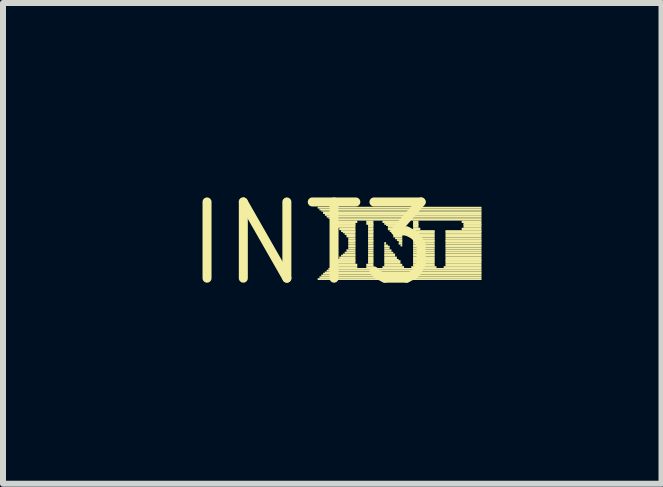
<source format=kicad_pcb>
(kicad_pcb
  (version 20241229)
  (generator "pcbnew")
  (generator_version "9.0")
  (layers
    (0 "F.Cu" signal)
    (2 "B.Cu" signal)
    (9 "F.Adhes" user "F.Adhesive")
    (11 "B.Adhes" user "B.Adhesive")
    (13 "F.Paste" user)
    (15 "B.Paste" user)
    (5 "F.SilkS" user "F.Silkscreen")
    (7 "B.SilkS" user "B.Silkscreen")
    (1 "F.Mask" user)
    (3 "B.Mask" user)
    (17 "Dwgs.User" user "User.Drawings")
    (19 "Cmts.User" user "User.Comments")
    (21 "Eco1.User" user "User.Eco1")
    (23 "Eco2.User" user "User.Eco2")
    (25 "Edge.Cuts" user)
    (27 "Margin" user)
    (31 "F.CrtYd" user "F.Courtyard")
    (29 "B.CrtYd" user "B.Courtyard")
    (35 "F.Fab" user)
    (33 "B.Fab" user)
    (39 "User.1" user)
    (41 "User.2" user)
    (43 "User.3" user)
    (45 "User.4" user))
  (footprint "INT3"
    (layer "F.Cu")
    (at 2.154 1.006)
    (property "Reference" "INT3" (at 0 0 0) (layer "F.SilkS") (effects (font (size 1.27 1.27) (thickness 0.15))))
    (fp_poly (pts (xy 0.09 -0.58) (xy 2.82 -0.58) (xy 2.82 -0.61) (xy 0.09 -0.61)) (stroke (width 0) (type solid)) (fill yes) (layer "F.SilkS"))
    (fp_poly (pts (xy 0.09 0.61) (xy 2.82 0.61) (xy 2.82 0.58) (xy 0.09 0.58)) (stroke (width 0) (type solid)) (fill yes) (layer "F.SilkS"))
    (fp_poly (pts (xy 0.12 -0.55) (xy 2.82 -0.55) (xy 2.82 -0.58) (xy 0.12 -0.58)) (stroke (width 0) (type solid)) (fill yes) (layer "F.SilkS"))
    (fp_poly (pts (xy 0.12 0.58) (xy 2.82 0.58) (xy 2.82 0.55) (xy 0.12 0.55)) (stroke (width 0) (type solid)) (fill yes) (layer "F.SilkS"))
    (fp_poly (pts (xy 0.15 -0.53) (xy 2.82 -0.53) (xy 2.82 -0.55) (xy 0.15 -0.55)) (stroke (width 0) (type solid)) (fill yes) (layer "F.SilkS"))
    (fp_poly (pts (xy 0.15 0.55) (xy 2.82 0.55) (xy 2.82 0.52) (xy 0.15 0.52)) (stroke (width 0) (type solid)) (fill yes) (layer "F.SilkS"))
    (fp_poly (pts (xy 0.18 -0.49) (xy 2.82 -0.49) (xy 2.82 -0.53) (xy 0.18 -0.53)) (stroke (width 0) (type solid)) (fill yes) (layer "F.SilkS"))
    (fp_poly (pts (xy 0.18 0.52) (xy 2.82 0.52) (xy 2.82 0.49) (xy 0.18 0.49)) (stroke (width 0) (type solid)) (fill yes) (layer "F.SilkS"))
    (fp_poly (pts (xy 0.21 -0.46) (xy 2.82 -0.46) (xy 2.82 -0.49) (xy 0.21 -0.49)) (stroke (width 0) (type solid)) (fill yes) (layer "F.SilkS"))
    (fp_poly (pts (xy 0.21 0.5) (xy 2.82 0.5) (xy 2.82 0.47) (xy 0.21 0.47)) (stroke (width 0) (type solid)) (fill yes) (layer "F.SilkS"))
    (fp_poly (pts (xy 0.24 -0.43) (xy 2.82 -0.43) (xy 2.82 -0.46) (xy 0.24 -0.46)) (stroke (width 0) (type solid)) (fill yes) (layer "F.SilkS"))
    (fp_poly (pts (xy 0.24 0.47) (xy 2.82 0.47) (xy 2.82 0.44) (xy 0.24 0.44)) (stroke (width 0) (type solid)) (fill yes) (layer "F.SilkS"))
    (fp_poly (pts (xy 0.27 -0.41) (xy 2.82 -0.41) (xy 2.82 -0.43) (xy 0.27 -0.43)) (stroke (width 0) (type solid)) (fill yes) (layer "F.SilkS"))
    (fp_poly (pts (xy 0.27 0.44) (xy 2.82 0.44) (xy 2.82 0.41) (xy 0.27 0.41)) (stroke (width 0) (type solid)) (fill yes) (layer "F.SilkS"))
    (fp_poly (pts (xy 0.3 -0.38) (xy 2.82 -0.38) (xy 2.82 -0.41) (xy 0.3 -0.41)) (stroke (width 0) (type solid)) (fill yes) (layer "F.SilkS"))
    (fp_poly (pts (xy 0.3 0.41) (xy 0.75 0.41) (xy 0.75 0.38) (xy 0.3 0.38)) (stroke (width 0) (type solid)) (fill yes) (layer "F.SilkS"))
    (fp_poly (pts (xy 0.33 -0.34) (xy 0.75 -0.34) (xy 0.75 -0.38) (xy 0.33 -0.38)) (stroke (width 0) (type solid)) (fill yes) (layer "F.SilkS"))
    (fp_poly (pts (xy 0.33 0.38) (xy 0.75 0.38) (xy 0.75 0.34) (xy 0.33 0.34)) (stroke (width 0) (type solid)) (fill yes) (layer "F.SilkS"))
    (fp_poly (pts (xy 0.36 -0.31) (xy 0.72 -0.31) (xy 0.72 -0.34) (xy 0.36 -0.34)) (stroke (width 0) (type solid)) (fill yes) (layer "F.SilkS"))
    (fp_poly (pts (xy 0.36 0.34) (xy 0.72 0.34) (xy 0.72 0.31) (xy 0.36 0.31)) (stroke (width 0) (type solid)) (fill yes) (layer "F.SilkS"))
    (fp_poly (pts (xy 0.39 -0.29) (xy 0.72 -0.29) (xy 0.72 -0.32) (xy 0.39 -0.32)) (stroke (width 0) (type solid)) (fill yes) (layer "F.SilkS"))
    (fp_poly (pts (xy 0.39 0.31) (xy 0.72 0.31) (xy 0.72 0.28) (xy 0.39 0.28)) (stroke (width 0) (type solid)) (fill yes) (layer "F.SilkS"))
    (fp_poly (pts (xy 0.42 -0.26) (xy 0.72 -0.26) (xy 0.72 -0.29) (xy 0.42 -0.29)) (stroke (width 0) (type solid)) (fill yes) (layer "F.SilkS"))
    (fp_poly (pts (xy 0.42 0.29) (xy 0.72 0.29) (xy 0.72 0.26) (xy 0.42 0.26)) (stroke (width 0) (type solid)) (fill yes) (layer "F.SilkS"))
    (fp_poly (pts (xy 0.45 -0.22) (xy 0.72 -0.22) (xy 0.72 -0.26) (xy 0.45 -0.26)) (stroke (width 0) (type solid)) (fill yes) (layer "F.SilkS"))
    (fp_poly (pts (xy 0.45 0.26) (xy 0.72 0.26) (xy 0.72 0.22) (xy 0.45 0.22)) (stroke (width 0) (type solid)) (fill yes) (layer "F.SilkS"))
    (fp_poly (pts (xy 0.48 -0.19) (xy 0.72 -0.19) (xy 0.72 -0.22) (xy 0.48 -0.22)) (stroke (width 0) (type solid)) (fill yes) (layer "F.SilkS"))
    (fp_poly (pts (xy 0.48 0.22) (xy 0.72 0.22) (xy 0.72 0.19) (xy 0.48 0.19)) (stroke (width 0) (type solid)) (fill yes) (layer "F.SilkS"))
    (fp_poly (pts (xy 0.51 -0.17) (xy 0.72 -0.17) (xy 0.72 -0.2) (xy 0.51 -0.2)) (stroke (width 0) (type solid)) (fill yes) (layer "F.SilkS"))
    (fp_poly (pts (xy 0.51 0.2) (xy 0.72 0.2) (xy 0.72 0.17) (xy 0.51 0.17)) (stroke (width 0) (type solid)) (fill yes) (layer "F.SilkS"))
    (fp_poly (pts (xy 0.54 -0.14) (xy 0.72 -0.14) (xy 0.72 -0.17) (xy 0.54 -0.17)) (stroke (width 0) (type solid)) (fill yes) (layer "F.SilkS"))
    (fp_poly (pts (xy 0.54 0.17) (xy 0.72 0.17) (xy 0.72 0.14) (xy 0.54 0.14)) (stroke (width 0) (type solid)) (fill yes) (layer "F.SilkS"))
    (fp_poly (pts (xy 0.57 -0.1) (xy 0.72 -0.1) (xy 0.72 -0.14) (xy 0.57 -0.14)) (stroke (width 0) (type solid)) (fill yes) (layer "F.SilkS"))
    (fp_poly (pts (xy 0.57 0.14) (xy 0.72 0.14) (xy 0.72 0.1) (xy 0.57 0.1)) (stroke (width 0) (type solid)) (fill yes) (layer "F.SilkS"))
    (fp_poly (pts (xy 0.6 -0.07) (xy 0.72 -0.07) (xy 0.72 -0.1) (xy 0.6 -0.1)) (stroke (width 0) (type solid)) (fill yes) (layer "F.SilkS"))
    (fp_poly (pts (xy 0.6 -0.04) (xy 0.72 -0.04) (xy 0.72 -0.07) (xy 0.6 -0.07)) (stroke (width 0) (type solid)) (fill yes) (layer "F.SilkS"))
    (fp_poly (pts (xy 0.6 -0.02) (xy 0.72 -0.02) (xy 0.72 -0.05) (xy 0.6 -0.05)) (stroke (width 0) (type solid)) (fill yes) (layer "F.SilkS"))
    (fp_poly (pts (xy 0.6 0.02) (xy 0.72 0.02) (xy 0.72 -0.02) (xy 0.6 -0.02)) (stroke (width 0) (type solid)) (fill yes) (layer "F.SilkS"))
    (fp_poly (pts (xy 0.6 0.05) (xy 0.72 0.05) (xy 0.72 0.02) (xy 0.6 0.02)) (stroke (width 0) (type solid)) (fill yes) (layer "F.SilkS"))
    (fp_poly (pts (xy 0.6 0.07) (xy 0.72 0.07) (xy 0.72 0.04) (xy 0.6 0.04)) (stroke (width 0) (type solid)) (fill yes) (layer "F.SilkS"))
    (fp_poly (pts (xy 0.6 0.1) (xy 0.72 0.1) (xy 0.72 0.07) (xy 0.6 0.07)) (stroke (width 0) (type solid)) (fill yes) (layer "F.SilkS"))
    (fp_poly (pts (xy 0.9 -0.34) (xy 1.02 -0.34) (xy 1.02 -0.38) (xy 0.9 -0.38)) (stroke (width 0) (type solid)) (fill yes) (layer "F.SilkS"))
    (fp_poly (pts (xy 0.9 -0.31) (xy 1.02 -0.31) (xy 1.02 -0.34) (xy 0.9 -0.34)) (stroke (width 0) (type solid)) (fill yes) (layer "F.SilkS"))
    (fp_poly (pts (xy 0.9 0.38) (xy 1.02 0.38) (xy 1.02 0.34) (xy 0.9 0.34)) (stroke (width 0) (type solid)) (fill yes) (layer "F.SilkS"))
    (fp_poly (pts (xy 0.9 0.41) (xy 1.02 0.41) (xy 1.02 0.38) (xy 0.9 0.38)) (stroke (width 0) (type solid)) (fill yes) (layer "F.SilkS"))
    (fp_poly (pts (xy 0.93 -0.29) (xy 1.02 -0.29) (xy 1.02 -0.32) (xy 0.93 -0.32)) (stroke (width 0) (type solid)) (fill yes) (layer "F.SilkS"))
    (fp_poly (pts (xy 0.93 -0.26) (xy 1.02 -0.26) (xy 1.02 -0.29) (xy 0.93 -0.29)) (stroke (width 0) (type solid)) (fill yes) (layer "F.SilkS"))
    (fp_poly (pts (xy 0.93 -0.22) (xy 1.02 -0.22) (xy 1.02 -0.26) (xy 0.93 -0.26)) (stroke (width 0) (type solid)) (fill yes) (layer "F.SilkS"))
    (fp_poly (pts (xy 0.93 -0.19) (xy 1.02 -0.19) (xy 1.02 -0.22) (xy 0.93 -0.22)) (stroke (width 0) (type solid)) (fill yes) (layer "F.SilkS"))
    (fp_poly (pts (xy 0.93 -0.17) (xy 1.02 -0.17) (xy 1.02 -0.2) (xy 0.93 -0.2)) (stroke (width 0) (type solid)) (fill yes) (layer "F.SilkS"))
    (fp_poly (pts (xy 0.93 -0.14) (xy 1.02 -0.14) (xy 1.02 -0.17) (xy 0.93 -0.17)) (stroke (width 0) (type solid)) (fill yes) (layer "F.SilkS"))
    (fp_poly (pts (xy 0.93 -0.1) (xy 1.02 -0.1) (xy 1.02 -0.14) (xy 0.93 -0.14)) (stroke (width 0) (type solid)) (fill yes) (layer "F.SilkS"))
    (fp_poly (pts (xy 0.93 -0.07) (xy 1.02 -0.07) (xy 1.02 -0.1) (xy 0.93 -0.1)) (stroke (width 0) (type solid)) (fill yes) (layer "F.SilkS"))
    (fp_poly (pts (xy 0.93 -0.04) (xy 1.02 -0.04) (xy 1.02 -0.07) (xy 0.93 -0.07)) (stroke (width 0) (type solid)) (fill yes) (layer "F.SilkS"))
    (fp_poly (pts (xy 0.93 -0.02) (xy 1.02 -0.02) (xy 1.02 -0.05) (xy 0.93 -0.05)) (stroke (width 0) (type solid)) (fill yes) (layer "F.SilkS"))
    (fp_poly (pts (xy 0.93 0.02) (xy 1.02 0.02) (xy 1.02 -0.02) (xy 0.93 -0.02)) (stroke (width 0) (type solid)) (fill yes) (layer "F.SilkS"))
    (fp_poly (pts (xy 0.93 0.05) (xy 1.02 0.05) (xy 1.02 0.02) (xy 0.93 0.02)) (stroke (width 0) (type solid)) (fill yes) (layer "F.SilkS"))
    (fp_poly (pts (xy 0.93 0.07) (xy 1.02 0.07) (xy 1.02 0.04) (xy 0.93 0.04)) (stroke (width 0) (type solid)) (fill yes) (layer "F.SilkS"))
    (fp_poly (pts (xy 0.93 0.1) (xy 1.02 0.1) (xy 1.02 0.07) (xy 0.93 0.07)) (stroke (width 0) (type solid)) (fill yes) (layer "F.SilkS"))
    (fp_poly (pts (xy 0.93 0.14) (xy 1.02 0.14) (xy 1.02 0.1) (xy 0.93 0.1)) (stroke (width 0) (type solid)) (fill yes) (layer "F.SilkS"))
    (fp_poly (pts (xy 0.93 0.17) (xy 1.02 0.17) (xy 1.02 0.14) (xy 0.93 0.14)) (stroke (width 0) (type solid)) (fill yes) (layer "F.SilkS"))
    (fp_poly (pts (xy 0.93 0.2) (xy 1.02 0.2) (xy 1.02 0.17) (xy 0.93 0.17)) (stroke (width 0) (type solid)) (fill yes) (layer "F.SilkS"))
    (fp_poly (pts (xy 0.93 0.22) (xy 1.02 0.22) (xy 1.02 0.19) (xy 0.93 0.19)) (stroke (width 0) (type solid)) (fill yes) (layer "F.SilkS"))
    (fp_poly (pts (xy 0.93 0.26) (xy 1.02 0.26) (xy 1.02 0.22) (xy 0.93 0.22)) (stroke (width 0) (type solid)) (fill yes) (layer "F.SilkS"))
    (fp_poly (pts (xy 0.93 0.29) (xy 1.02 0.29) (xy 1.02 0.26) (xy 0.93 0.26)) (stroke (width 0) (type solid)) (fill yes) (layer "F.SilkS"))
    (fp_poly (pts (xy 0.93 0.31) (xy 1.02 0.31) (xy 1.02 0.28) (xy 0.93 0.28)) (stroke (width 0) (type solid)) (fill yes) (layer "F.SilkS"))
    (fp_poly (pts (xy 0.93 0.34) (xy 1.02 0.34) (xy 1.02 0.31) (xy 0.93 0.31)) (stroke (width 0) (type solid)) (fill yes) (layer "F.SilkS"))
    (fp_poly (pts (xy 1.17 -0.34) (xy 1.53 -0.34) (xy 1.53 -0.38) (xy 1.17 -0.38)) (stroke (width 0) (type solid)) (fill yes) (layer "F.SilkS"))
    (fp_poly (pts (xy 1.17 0.41) (xy 1.53 0.41) (xy 1.53 0.38) (xy 1.17 0.38)) (stroke (width 0) (type solid)) (fill yes) (layer "F.SilkS"))
    (fp_poly (pts (xy 1.2 -0.31) (xy 1.5 -0.31) (xy 1.5 -0.34) (xy 1.2 -0.34)) (stroke (width 0) (type solid)) (fill yes) (layer "F.SilkS"))
    (fp_poly (pts (xy 1.2 0.02) (xy 1.23 0.02) (xy 1.23 -0.02) (xy 1.2 -0.02)) (stroke (width 0) (type solid)) (fill yes) (layer "F.SilkS"))
    (fp_poly (pts (xy 1.2 0.05) (xy 1.26 0.05) (xy 1.26 0.02) (xy 1.2 0.02)) (stroke (width 0) (type solid)) (fill yes) (layer "F.SilkS"))
    (fp_poly (pts (xy 1.2 0.07) (xy 1.29 0.07) (xy 1.29 0.04) (xy 1.2 0.04)) (stroke (width 0) (type solid)) (fill yes) (layer "F.SilkS"))
    (fp_poly (pts (xy 1.2 0.1) (xy 1.29 0.1) (xy 1.29 0.07) (xy 1.2 0.07)) (stroke (width 0) (type solid)) (fill yes) (layer "F.SilkS"))
    (fp_poly (pts (xy 1.2 0.14) (xy 1.32 0.14) (xy 1.32 0.1) (xy 1.2 0.1)) (stroke (width 0) (type solid)) (fill yes) (layer "F.SilkS"))
    (fp_poly (pts (xy 1.2 0.17) (xy 1.35 0.17) (xy 1.35 0.14) (xy 1.2 0.14)) (stroke (width 0) (type solid)) (fill yes) (layer "F.SilkS"))
    (fp_poly (pts (xy 1.2 0.2) (xy 1.38 0.2) (xy 1.38 0.17) (xy 1.2 0.17)) (stroke (width 0) (type solid)) (fill yes) (layer "F.SilkS"))
    (fp_poly (pts (xy 1.2 0.22) (xy 1.38 0.22) (xy 1.38 0.19) (xy 1.2 0.19)) (stroke (width 0) (type solid)) (fill yes) (layer "F.SilkS"))
    (fp_poly (pts (xy 1.2 0.26) (xy 1.41 0.26) (xy 1.41 0.22) (xy 1.2 0.22)) (stroke (width 0) (type solid)) (fill yes) (layer "F.SilkS"))
    (fp_poly (pts (xy 1.2 0.29) (xy 1.44 0.29) (xy 1.44 0.26) (xy 1.2 0.26)) (stroke (width 0) (type solid)) (fill yes) (layer "F.SilkS"))
    (fp_poly (pts (xy 1.2 0.31) (xy 1.47 0.31) (xy 1.47 0.28) (xy 1.2 0.28)) (stroke (width 0) (type solid)) (fill yes) (layer "F.SilkS"))
    (fp_poly (pts (xy 1.2 0.34) (xy 1.47 0.34) (xy 1.47 0.31) (xy 1.2 0.31)) (stroke (width 0) (type solid)) (fill yes) (layer "F.SilkS"))
    (fp_poly (pts (xy 1.2 0.38) (xy 1.5 0.38) (xy 1.5 0.34) (xy 1.2 0.34)) (stroke (width 0) (type solid)) (fill yes) (layer "F.SilkS"))
    (fp_poly (pts (xy 1.23 -0.29) (xy 1.5 -0.29) (xy 1.5 -0.32) (xy 1.23 -0.32)) (stroke (width 0) (type solid)) (fill yes) (layer "F.SilkS"))
    (fp_poly (pts (xy 1.26 -0.26) (xy 1.5 -0.26) (xy 1.5 -0.29) (xy 1.26 -0.29)) (stroke (width 0) (type solid)) (fill yes) (layer "F.SilkS"))
    (fp_poly (pts (xy 1.26 -0.22) (xy 1.5 -0.22) (xy 1.5 -0.26) (xy 1.26 -0.26)) (stroke (width 0) (type solid)) (fill yes) (layer "F.SilkS"))
    (fp_poly (pts (xy 1.29 -0.19) (xy 1.5 -0.19) (xy 1.5 -0.22) (xy 1.29 -0.22)) (stroke (width 0) (type solid)) (fill yes) (layer "F.SilkS"))
    (fp_poly (pts (xy 1.32 -0.17) (xy 1.5 -0.17) (xy 1.5 -0.2) (xy 1.32 -0.2)) (stroke (width 0) (type solid)) (fill yes) (layer "F.SilkS"))
    (fp_poly (pts (xy 1.35 -0.14) (xy 1.5 -0.14) (xy 1.5 -0.17) (xy 1.35 -0.17)) (stroke (width 0) (type solid)) (fill yes) (layer "F.SilkS"))
    (fp_poly (pts (xy 1.35 -0.1) (xy 1.5 -0.1) (xy 1.5 -0.14) (xy 1.35 -0.14)) (stroke (width 0) (type solid)) (fill yes) (layer "F.SilkS"))
    (fp_poly (pts (xy 1.38 -0.07) (xy 1.5 -0.07) (xy 1.5 -0.1) (xy 1.38 -0.1)) (stroke (width 0) (type solid)) (fill yes) (layer "F.SilkS"))
    (fp_poly (pts (xy 1.41 -0.04) (xy 1.5 -0.04) (xy 1.5 -0.07) (xy 1.41 -0.07)) (stroke (width 0) (type solid)) (fill yes) (layer "F.SilkS"))
    (fp_poly (pts (xy 1.44 -0.02) (xy 1.5 -0.02) (xy 1.5 -0.05) (xy 1.44 -0.05)) (stroke (width 0) (type solid)) (fill yes) (layer "F.SilkS"))
    (fp_poly (pts (xy 1.44 0.02) (xy 1.5 0.02) (xy 1.5 -0.02) (xy 1.44 -0.02)) (stroke (width 0) (type solid)) (fill yes) (layer "F.SilkS"))
    (fp_poly (pts (xy 1.47 0.05) (xy 1.5 0.05) (xy 1.5 0.02) (xy 1.47 0.02)) (stroke (width 0) (type solid)) (fill yes) (layer "F.SilkS"))
    (fp_poly (pts (xy 1.65 0.41) (xy 2.07 0.41) (xy 2.07 0.38) (xy 1.65 0.38)) (stroke (width 0) (type solid)) (fill yes) (layer "F.SilkS"))
    (fp_poly (pts (xy 1.68 -0.34) (xy 1.77 -0.34) (xy 1.77 -0.38) (xy 1.68 -0.38)) (stroke (width 0) (type solid)) (fill yes) (layer "F.SilkS"))
    (fp_poly (pts (xy 1.68 -0.31) (xy 1.77 -0.31) (xy 1.77 -0.34) (xy 1.68 -0.34)) (stroke (width 0) (type solid)) (fill yes) (layer "F.SilkS"))
    (fp_poly (pts (xy 1.68 -0.29) (xy 1.77 -0.29) (xy 1.77 -0.32) (xy 1.68 -0.32)) (stroke (width 0) (type solid)) (fill yes) (layer "F.SilkS"))
    (fp_poly (pts (xy 1.68 -0.26) (xy 1.77 -0.26) (xy 1.77 -0.29) (xy 1.68 -0.29)) (stroke (width 0) (type solid)) (fill yes) (layer "F.SilkS"))
    (fp_poly (pts (xy 1.68 -0.22) (xy 1.8 -0.22) (xy 1.8 -0.26) (xy 1.68 -0.26)) (stroke (width 0) (type solid)) (fill yes) (layer "F.SilkS"))
    (fp_poly (pts (xy 1.68 -0.19) (xy 2.04 -0.19) (xy 2.04 -0.22) (xy 1.68 -0.22)) (stroke (width 0) (type solid)) (fill yes) (layer "F.SilkS"))
    (fp_poly (pts (xy 1.68 -0.17) (xy 2.04 -0.17) (xy 2.04 -0.2) (xy 1.68 -0.2)) (stroke (width 0) (type solid)) (fill yes) (layer "F.SilkS"))
    (fp_poly (pts (xy 1.68 -0.14) (xy 2.04 -0.14) (xy 2.04 -0.17) (xy 1.68 -0.17)) (stroke (width 0) (type solid)) (fill yes) (layer "F.SilkS"))
    (fp_poly (pts (xy 1.68 -0.1) (xy 2.04 -0.1) (xy 2.04 -0.14) (xy 1.68 -0.14)) (stroke (width 0) (type solid)) (fill yes) (layer "F.SilkS"))
    (fp_poly (pts (xy 1.68 -0.07) (xy 2.04 -0.07) (xy 2.04 -0.1) (xy 1.68 -0.1)) (stroke (width 0) (type solid)) (fill yes) (layer "F.SilkS"))
    (fp_poly (pts (xy 1.68 -0.04) (xy 2.04 -0.04) (xy 2.04 -0.07) (xy 1.68 -0.07)) (stroke (width 0) (type solid)) (fill yes) (layer "F.SilkS"))
    (fp_poly (pts (xy 1.68 -0.02) (xy 2.04 -0.02) (xy 2.04 -0.05) (xy 1.68 -0.05)) (stroke (width 0) (type solid)) (fill yes) (layer "F.SilkS"))
    (fp_poly (pts (xy 1.68 0.02) (xy 2.04 0.02) (xy 2.04 -0.02) (xy 1.68 -0.02)) (stroke (width 0) (type solid)) (fill yes) (layer "F.SilkS"))
    (fp_poly (pts (xy 1.68 0.05) (xy 2.04 0.05) (xy 2.04 0.02) (xy 1.68 0.02)) (stroke (width 0) (type solid)) (fill yes) (layer "F.SilkS"))
    (fp_poly (pts (xy 1.68 0.07) (xy 2.04 0.07) (xy 2.04 0.04) (xy 1.68 0.04)) (stroke (width 0) (type solid)) (fill yes) (layer "F.SilkS"))
    (fp_poly (pts (xy 1.68 0.1) (xy 2.04 0.1) (xy 2.04 0.07) (xy 1.68 0.07)) (stroke (width 0) (type solid)) (fill yes) (layer "F.SilkS"))
    (fp_poly (pts (xy 1.68 0.14) (xy 2.04 0.14) (xy 2.04 0.1) (xy 1.68 0.1)) (stroke (width 0) (type solid)) (fill yes) (layer "F.SilkS"))
    (fp_poly (pts (xy 1.68 0.17) (xy 2.04 0.17) (xy 2.04 0.14) (xy 1.68 0.14)) (stroke (width 0) (type solid)) (fill yes) (layer "F.SilkS"))
    (fp_poly (pts (xy 1.68 0.2) (xy 2.04 0.2) (xy 2.04 0.17) (xy 1.68 0.17)) (stroke (width 0) (type solid)) (fill yes) (layer "F.SilkS"))
    (fp_poly (pts (xy 1.68 0.22) (xy 2.04 0.22) (xy 2.04 0.19) (xy 1.68 0.19)) (stroke (width 0) (type solid)) (fill yes) (layer "F.SilkS"))
    (fp_poly (pts (xy 1.68 0.26) (xy 2.04 0.26) (xy 2.04 0.22) (xy 1.68 0.22)) (stroke (width 0) (type solid)) (fill yes) (layer "F.SilkS"))
    (fp_poly (pts (xy 1.68 0.29) (xy 2.04 0.29) (xy 2.04 0.26) (xy 1.68 0.26)) (stroke (width 0) (type solid)) (fill yes) (layer "F.SilkS"))
    (fp_poly (pts (xy 1.68 0.31) (xy 2.04 0.31) (xy 2.04 0.28) (xy 1.68 0.28)) (stroke (width 0) (type solid)) (fill yes) (layer "F.SilkS"))
    (fp_poly (pts (xy 1.68 0.34) (xy 2.04 0.34) (xy 2.04 0.31) (xy 1.68 0.31)) (stroke (width 0) (type solid)) (fill yes) (layer "F.SilkS"))
    (fp_poly (pts (xy 1.68 0.38) (xy 2.04 0.38) (xy 2.04 0.34) (xy 1.68 0.34)) (stroke (width 0) (type solid)) (fill yes) (layer "F.SilkS"))
    (fp_poly (pts (xy 2.19 0.41) (xy 2.82 0.41) (xy 2.82 0.38) (xy 2.19 0.38)) (stroke (width 0) (type solid)) (fill yes) (layer "F.SilkS"))
    (fp_poly (pts (xy 2.22 -0.19) (xy 2.82 -0.19) (xy 2.82 -0.22) (xy 2.22 -0.22)) (stroke (width 0) (type solid)) (fill yes) (layer "F.SilkS"))
    (fp_poly (pts (xy 2.22 -0.17) (xy 2.82 -0.17) (xy 2.82 -0.2) (xy 2.22 -0.2)) (stroke (width 0) (type solid)) (fill yes) (layer "F.SilkS"))
    (fp_poly (pts (xy 2.22 -0.14) (xy 2.82 -0.14) (xy 2.82 -0.17) (xy 2.22 -0.17)) (stroke (width 0) (type solid)) (fill yes) (layer "F.SilkS"))
    (fp_poly (pts (xy 2.22 -0.1) (xy 2.82 -0.1) (xy 2.82 -0.14) (xy 2.22 -0.14)) (stroke (width 0) (type solid)) (fill yes) (layer "F.SilkS"))
    (fp_poly (pts (xy 2.22 -0.07) (xy 2.82 -0.07) (xy 2.82 -0.1) (xy 2.22 -0.1)) (stroke (width 0) (type solid)) (fill yes) (layer "F.SilkS"))
    (fp_poly (pts (xy 2.22 -0.04) (xy 2.82 -0.04) (xy 2.82 -0.07) (xy 2.22 -0.07)) (stroke (width 0) (type solid)) (fill yes) (layer "F.SilkS"))
    (fp_poly (pts (xy 2.22 -0.02) (xy 2.82 -0.02) (xy 2.82 -0.05) (xy 2.22 -0.05)) (stroke (width 0) (type solid)) (fill yes) (layer "F.SilkS"))
    (fp_poly (pts (xy 2.22 0.02) (xy 2.82 0.02) (xy 2.82 -0.02) (xy 2.22 -0.02)) (stroke (width 0) (type solid)) (fill yes) (layer "F.SilkS"))
    (fp_poly (pts (xy 2.22 0.05) (xy 2.82 0.05) (xy 2.82 0.02) (xy 2.22 0.02)) (stroke (width 0) (type solid)) (fill yes) (layer "F.SilkS"))
    (fp_poly (pts (xy 2.22 0.07) (xy 2.82 0.07) (xy 2.82 0.04) (xy 2.22 0.04)) (stroke (width 0) (type solid)) (fill yes) (layer "F.SilkS"))
    (fp_poly (pts (xy 2.22 0.1) (xy 2.82 0.1) (xy 2.82 0.07) (xy 2.22 0.07)) (stroke (width 0) (type solid)) (fill yes) (layer "F.SilkS"))
    (fp_poly (pts (xy 2.22 0.14) (xy 2.82 0.14) (xy 2.82 0.1) (xy 2.22 0.1)) (stroke (width 0) (type solid)) (fill yes) (layer "F.SilkS"))
    (fp_poly (pts (xy 2.22 0.17) (xy 2.82 0.17) (xy 2.82 0.14) (xy 2.22 0.14)) (stroke (width 0) (type solid)) (fill yes) (layer "F.SilkS"))
    (fp_poly (pts (xy 2.22 0.2) (xy 2.82 0.2) (xy 2.82 0.17) (xy 2.22 0.17)) (stroke (width 0) (type solid)) (fill yes) (layer "F.SilkS"))
    (fp_poly (pts (xy 2.22 0.22) (xy 2.82 0.22) (xy 2.82 0.19) (xy 2.22 0.19)) (stroke (width 0) (type solid)) (fill yes) (layer "F.SilkS"))
    (fp_poly (pts (xy 2.22 0.26) (xy 2.82 0.26) (xy 2.82 0.22) (xy 2.22 0.22)) (stroke (width 0) (type solid)) (fill yes) (layer "F.SilkS"))
    (fp_poly (pts (xy 2.22 0.29) (xy 2.82 0.29) (xy 2.82 0.26) (xy 2.22 0.26)) (stroke (width 0) (type solid)) (fill yes) (layer "F.SilkS"))
    (fp_poly (pts (xy 2.22 0.31) (xy 2.82 0.31) (xy 2.82 0.28) (xy 2.22 0.28)) (stroke (width 0) (type solid)) (fill yes) (layer "F.SilkS"))
    (fp_poly (pts (xy 2.22 0.34) (xy 2.82 0.34) (xy 2.82 0.31) (xy 2.22 0.31)) (stroke (width 0) (type solid)) (fill yes) (layer "F.SilkS"))
    (fp_poly (pts (xy 2.22 0.38) (xy 2.82 0.38) (xy 2.82 0.34) (xy 2.22 0.34)) (stroke (width 0) (type solid)) (fill yes) (layer "F.SilkS"))
    (fp_poly (pts (xy 2.49 -0.34) (xy 2.82 -0.34) (xy 2.82 -0.38) (xy 2.49 -0.38)) (stroke (width 0) (type solid)) (fill yes) (layer "F.SilkS"))
    (fp_poly (pts (xy 2.49 -0.22) (xy 2.82 -0.22) (xy 2.82 -0.26) (xy 2.49 -0.26)) (stroke (width 0) (type solid)) (fill yes) (layer "F.SilkS"))
    (fp_poly (pts (xy 2.52 -0.31) (xy 2.82 -0.31) (xy 2.82 -0.34) (xy 2.52 -0.34)) (stroke (width 0) (type solid)) (fill yes) (layer "F.SilkS"))
    (fp_poly (pts (xy 2.52 -0.29) (xy 2.82 -0.29) (xy 2.82 -0.32) (xy 2.52 -0.32)) (stroke (width 0) (type solid)) (fill yes) (layer "F.SilkS"))
    (fp_poly (pts (xy 2.52 -0.26) (xy 2.82 -0.26) (xy 2.82 -0.29) (xy 2.52 -0.29)) (stroke (width 0) (type solid)) (fill yes) (layer "F.SilkS")))
  (gr_rect
    (start -3 -3)
    (end 7.974 5.012)
    (stroke (width 0.1) (type default))
    (fill no)
    (layer "Edge.Cuts")))
</source>
